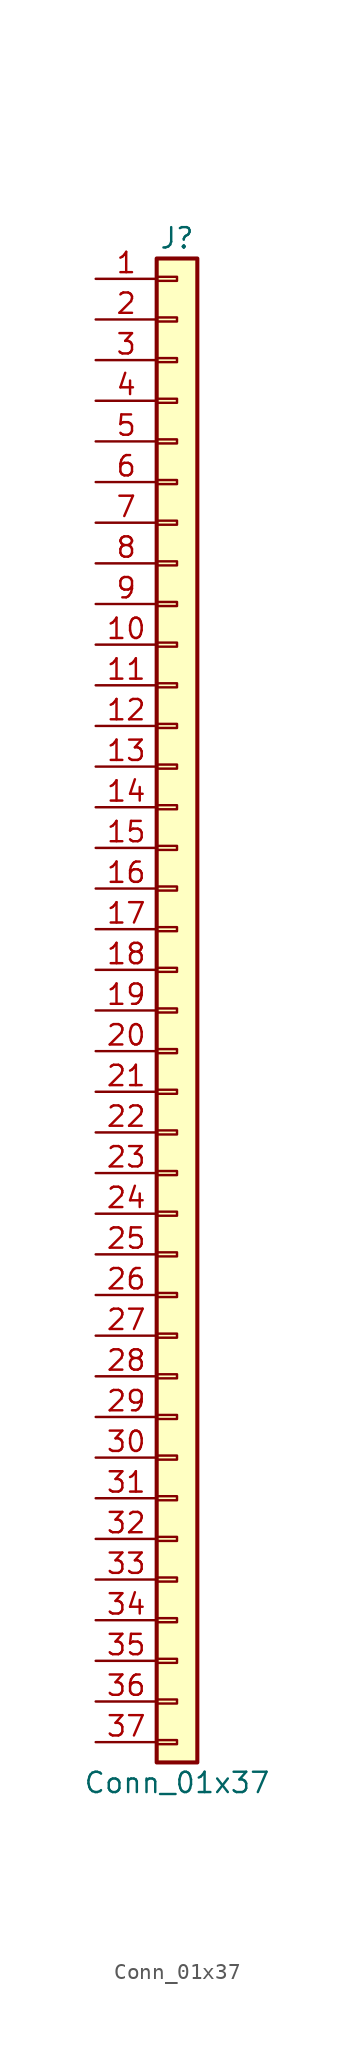
<source format=kicad_sym>
(kicad_symbol_lib
  (version 20220914)
  (generator kicad_symbol_editor)
  (symbol "Conn_01x37"
    (pin_names
      (offset 1.016) hide)
    (property "Reference" "J"
      (at 0 48.26 0)
      (effects (font (size 1.27 1.27))))
    (property "Value" "Conn_01x37"
      (at 0 -48.26 0)
      (effects (font (size 1.27 1.27))))
    (symbol "Conn_01x37_1_1"
      (rectangle (start -1.27 -45.593) (end 0 -45.847) (stroke (width 0.152) (type default)) (fill (type none)))
      (rectangle (start -1.27 -43.053) (end 0 -43.307) (stroke (width 0.152) (type default)) (fill (type none)))
      (rectangle (start -1.27 -40.513) (end 0 -40.767) (stroke (width 0.152) (type default)) (fill (type none)))
      (rectangle (start -1.27 -37.973) (end 0 -38.227) (stroke (width 0.152) (type default)) (fill (type none)))
      (rectangle (start -1.27 -35.433) (end 0 -35.687) (stroke (width 0.152) (type default)) (fill (type none)))
      (rectangle (start -1.27 -32.893) (end 0 -33.147) (stroke (width 0.152) (type default)) (fill (type none)))
      (rectangle (start -1.27 -30.353) (end 0 -30.607) (stroke (width 0.152) (type default)) (fill (type none)))
      (rectangle (start -1.27 -27.813) (end 0 -28.067) (stroke (width 0.152) (type default)) (fill (type none)))
      (rectangle (start -1.27 -25.273) (end 0 -25.527) (stroke (width 0.152) (type default)) (fill (type none)))
      (rectangle (start -1.27 -22.733) (end 0 -22.987) (stroke (width 0.152) (type default)) (fill (type none)))
      (rectangle (start -1.27 -20.193) (end 0 -20.447) (stroke (width 0.152) (type default)) (fill (type none)))
      (rectangle (start -1.27 -17.653) (end 0 -17.907) (stroke (width 0.152) (type default)) (fill (type none)))
      (rectangle (start -1.27 -15.113) (end 0 -15.367) (stroke (width 0.152) (type default)) (fill (type none)))
      (rectangle (start -1.27 -12.573) (end 0 -12.827) (stroke (width 0.152) (type default)) (fill (type none)))
      (rectangle (start -1.27 -10.033) (end 0 -10.287) (stroke (width 0.152) (type default)) (fill (type none)))
      (rectangle (start -1.27 -7.493) (end 0 -7.747) (stroke (width 0.152) (type default)) (fill (type none)))
      (rectangle (start -1.27 -4.953) (end 0 -5.207) (stroke (width 0.152) (type default)) (fill (type none)))
      (rectangle (start -1.27 -2.413) (end 0 -2.667) (stroke (width 0.152) (type default)) (fill (type none)))
      (rectangle (start -1.27 0.127) (end 0 -0.127) (stroke (width 0.152) (type default)) (fill (type none)))
      (rectangle (start -1.27 2.667) (end 0 2.413) (stroke (width 0.152) (type default)) (fill (type none)))
      (rectangle (start -1.27 5.207) (end 0 4.953) (stroke (width 0.152) (type default)) (fill (type none)))
      (rectangle (start -1.27 7.747) (end 0 7.493) (stroke (width 0.152) (type default)) (fill (type none)))
      (rectangle (start -1.27 10.287) (end 0 10.033) (stroke (width 0.152) (type default)) (fill (type none)))
      (rectangle (start -1.27 12.827) (end 0 12.573) (stroke (width 0.152) (type default)) (fill (type none)))
      (rectangle (start -1.27 15.367) (end 0 15.113) (stroke (width 0.152) (type default)) (fill (type none)))
      (rectangle (start -1.27 17.907) (end 0 17.653) (stroke (width 0.152) (type default)) (fill (type none)))
      (rectangle (start -1.27 20.447) (end 0 20.193) (stroke (width 0.152) (type default)) (fill (type none)))
      (rectangle (start -1.27 22.987) (end 0 22.733) (stroke (width 0.152) (type default)) (fill (type none)))
      (rectangle (start -1.27 25.527) (end 0 25.273) (stroke (width 0.152) (type default)) (fill (type none)))
      (rectangle (start -1.27 28.067) (end 0 27.813) (stroke (width 0.152) (type default)) (fill (type none)))
      (rectangle (start -1.27 30.607) (end 0 30.353) (stroke (width 0.152) (type default)) (fill (type none)))
      (rectangle (start -1.27 33.147) (end 0 32.893) (stroke (width 0.152) (type default)) (fill (type none)))
      (rectangle (start -1.27 35.687) (end 0 35.433) (stroke (width 0.152) (type default)) (fill (type none)))
      (rectangle (start -1.27 38.227) (end 0 37.973) (stroke (width 0.152) (type default)) (fill (type none)))
      (rectangle (start -1.27 40.767) (end 0 40.513) (stroke (width 0.152) (type default)) (fill (type none)))
      (rectangle (start -1.27 43.307) (end 0 43.053) (stroke (width 0.152) (type default)) (fill (type none)))
      (rectangle (start -1.27 45.847) (end 0 45.593) (stroke (width 0.152) (type default)) (fill (type none)))
      (rectangle (start -1.27 46.99) (end 1.27 -46.99) (stroke (width 0.254) (type default)) (fill (type background)))
      (pin passive line (at -5.08 45.72 0) (length 3.81) (name "Pin_1" (effects (font (size 1.27 1.27)))) (number "1" (effects (font (size 1.27 1.27)))))
      (pin passive line (at -5.08 22.86 0) (length 3.81) (name "Pin_10" (effects (font (size 1.27 1.27)))) (number "10" (effects (font (size 1.27 1.27)))))
      (pin passive line (at -5.08 20.32 0) (length 3.81) (name "Pin_11" (effects (font (size 1.27 1.27)))) (number "11" (effects (font (size 1.27 1.27)))))
      (pin passive line (at -5.08 17.78 0) (length 3.81) (name "Pin_12" (effects (font (size 1.27 1.27)))) (number "12" (effects (font (size 1.27 1.27)))))
      (pin passive line (at -5.08 15.24 0) (length 3.81) (name "Pin_13" (effects (font (size 1.27 1.27)))) (number "13" (effects (font (size 1.27 1.27)))))
      (pin passive line (at -5.08 12.7 0) (length 3.81) (name "Pin_14" (effects (font (size 1.27 1.27)))) (number "14" (effects (font (size 1.27 1.27)))))
      (pin passive line (at -5.08 10.16 0) (length 3.81) (name "Pin_15" (effects (font (size 1.27 1.27)))) (number "15" (effects (font (size 1.27 1.27)))))
      (pin passive line (at -5.08 7.62 0) (length 3.81) (name "Pin_16" (effects (font (size 1.27 1.27)))) (number "16" (effects (font (size 1.27 1.27)))))
      (pin passive line (at -5.08 5.08 0) (length 3.81) (name "Pin_17" (effects (font (size 1.27 1.27)))) (number "17" (effects (font (size 1.27 1.27)))))
      (pin passive line (at -5.08 2.54 0) (length 3.81) (name "Pin_18" (effects (font (size 1.27 1.27)))) (number "18" (effects (font (size 1.27 1.27)))))
      (pin passive line (at -5.08 0 0) (length 3.81) (name "Pin_19" (effects (font (size 1.27 1.27)))) (number "19" (effects (font (size 1.27 1.27)))))
      (pin passive line (at -5.08 43.18 0) (length 3.81) (name "Pin_2" (effects (font (size 1.27 1.27)))) (number "2" (effects (font (size 1.27 1.27)))))
      (pin passive line (at -5.08 -2.54 0) (length 3.81) (name "Pin_20" (effects (font (size 1.27 1.27)))) (number "20" (effects (font (size 1.27 1.27)))))
      (pin passive line (at -5.08 -5.08 0) (length 3.81) (name "Pin_21" (effects (font (size 1.27 1.27)))) (number "21" (effects (font (size 1.27 1.27)))))
      (pin passive line (at -5.08 -7.62 0) (length 3.81) (name "Pin_22" (effects (font (size 1.27 1.27)))) (number "22" (effects (font (size 1.27 1.27)))))
      (pin passive line (at -5.08 -10.16 0) (length 3.81) (name "Pin_23" (effects (font (size 1.27 1.27)))) (number "23" (effects (font (size 1.27 1.27)))))
      (pin passive line (at -5.08 -12.7 0) (length 3.81) (name "Pin_24" (effects (font (size 1.27 1.27)))) (number "24" (effects (font (size 1.27 1.27)))))
      (pin passive line (at -5.08 -15.24 0) (length 3.81) (name "Pin_25" (effects (font (size 1.27 1.27)))) (number "25" (effects (font (size 1.27 1.27)))))
      (pin passive line (at -5.08 -17.78 0) (length 3.81) (name "Pin_26" (effects (font (size 1.27 1.27)))) (number "26" (effects (font (size 1.27 1.27)))))
      (pin passive line (at -5.08 -20.32 0) (length 3.81) (name "Pin_27" (effects (font (size 1.27 1.27)))) (number "27" (effects (font (size 1.27 1.27)))))
      (pin passive line (at -5.08 -22.86 0) (length 3.81) (name "Pin_28" (effects (font (size 1.27 1.27)))) (number "28" (effects (font (size 1.27 1.27)))))
      (pin passive line (at -5.08 -25.4 0) (length 3.81) (name "Pin_29" (effects (font (size 1.27 1.27)))) (number "29" (effects (font (size 1.27 1.27)))))
      (pin passive line (at -5.08 40.64 0) (length 3.81) (name "Pin_3" (effects (font (size 1.27 1.27)))) (number "3" (effects (font (size 1.27 1.27)))))
      (pin passive line (at -5.08 -27.94 0) (length 3.81) (name "Pin_30" (effects (font (size 1.27 1.27)))) (number "30" (effects (font (size 1.27 1.27)))))
      (pin passive line (at -5.08 -30.48 0) (length 3.81) (name "Pin_31" (effects (font (size 1.27 1.27)))) (number "31" (effects (font (size 1.27 1.27)))))
      (pin passive line (at -5.08 -33.02 0) (length 3.81) (name "Pin_32" (effects (font (size 1.27 1.27)))) (number "32" (effects (font (size 1.27 1.27)))))
      (pin passive line (at -5.08 -35.56 0) (length 3.81) (name "Pin_33" (effects (font (size 1.27 1.27)))) (number "33" (effects (font (size 1.27 1.27)))))
      (pin passive line (at -5.08 -38.1 0) (length 3.81) (name "Pin_34" (effects (font (size 1.27 1.27)))) (number "34" (effects (font (size 1.27 1.27)))))
      (pin passive line (at -5.08 -40.64 0) (length 3.81) (name "Pin_35" (effects (font (size 1.27 1.27)))) (number "35" (effects (font (size 1.27 1.27)))))
      (pin passive line (at -5.08 -43.18 0) (length 3.81) (name "Pin_36" (effects (font (size 1.27 1.27)))) (number "36" (effects (font (size 1.27 1.27)))))
      (pin passive line (at -5.08 -45.72 0) (length 3.81) (name "Pin_37" (effects (font (size 1.27 1.27)))) (number "37" (effects (font (size 1.27 1.27)))))
      (pin passive line (at -5.08 38.1 0) (length 3.81) (name "Pin_4" (effects (font (size 1.27 1.27)))) (number "4" (effects (font (size 1.27 1.27)))))
      (pin passive line (at -5.08 35.56 0) (length 3.81) (name "Pin_5" (effects (font (size 1.27 1.27)))) (number "5" (effects (font (size 1.27 1.27)))))
      (pin passive line (at -5.08 33.02 0) (length 3.81) (name "Pin_6" (effects (font (size 1.27 1.27)))) (number "6" (effects (font (size 1.27 1.27)))))
      (pin passive line (at -5.08 30.48 0) (length 3.81) (name "Pin_7" (effects (font (size 1.27 1.27)))) (number "7" (effects (font (size 1.27 1.27)))))
      (pin passive line (at -5.08 27.94 0) (length 3.81) (name "Pin_8" (effects (font (size 1.27 1.27)))) (number "8" (effects (font (size 1.27 1.27)))))
      (pin passive line (at -5.08 25.4 0) (length 3.81) (name "Pin_9" (effects (font (size 1.27 1.27)))) (number "9" (effects (font (size 1.27 1.27))))))))
</source>
